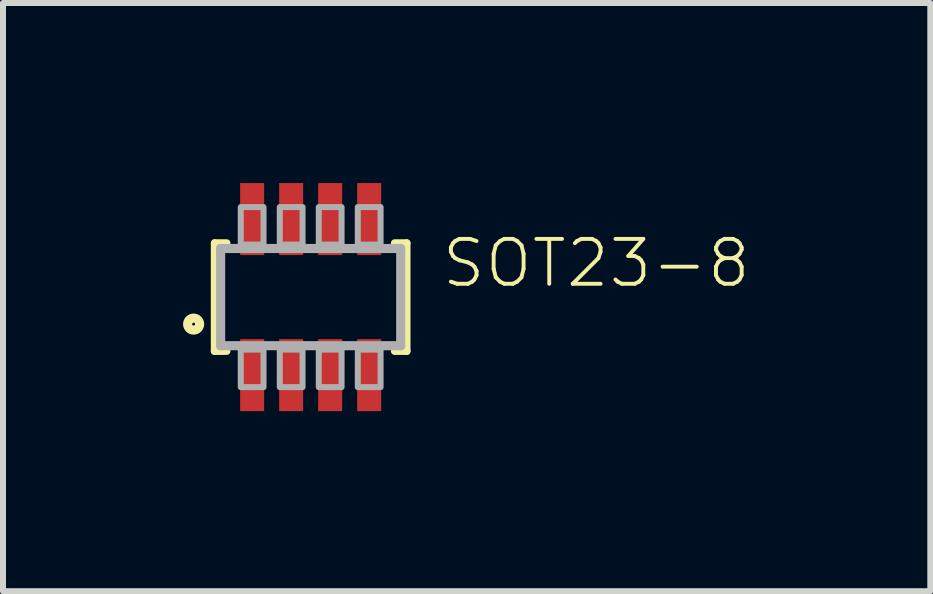
<source format=kicad_pcb>
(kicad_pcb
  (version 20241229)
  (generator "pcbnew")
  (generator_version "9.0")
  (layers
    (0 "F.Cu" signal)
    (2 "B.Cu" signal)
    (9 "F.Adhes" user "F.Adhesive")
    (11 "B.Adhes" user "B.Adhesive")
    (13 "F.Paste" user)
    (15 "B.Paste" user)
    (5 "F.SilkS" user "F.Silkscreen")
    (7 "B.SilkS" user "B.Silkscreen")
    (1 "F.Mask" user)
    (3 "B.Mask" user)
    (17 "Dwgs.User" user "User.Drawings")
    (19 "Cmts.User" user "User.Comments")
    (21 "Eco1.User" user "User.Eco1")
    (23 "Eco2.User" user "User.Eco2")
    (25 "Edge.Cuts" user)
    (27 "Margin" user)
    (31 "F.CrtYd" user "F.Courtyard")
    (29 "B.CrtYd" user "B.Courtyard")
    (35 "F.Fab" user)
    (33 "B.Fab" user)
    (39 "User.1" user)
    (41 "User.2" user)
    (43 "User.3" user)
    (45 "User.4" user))
  (footprint "SOT23-8"
    (layer "F.Cu")
    (at 2.126 1.9)
    (property "Reference" "SOT23-8" (at 2.151 -0.127 0) (unlocked yes) (layer "F.SilkS") (effects (font (size 0.748 0.748) (thickness 0.065)) (justify left bottom)))
    (fp_line (start -1.6 -0.9) (end -1.6 0.9) (stroke (width 0.127) (type solid)) (layer "F.SilkS"))
    (fp_line (start -1.6 0.9) (end -1.4 0.9) (stroke (width 0.127) (type solid)) (layer "F.SilkS"))
    (fp_line (start -1.4 -0.9) (end -1.6 -0.9) (stroke (width 0.127) (type solid)) (layer "F.SilkS"))
    (fp_line (start 1.4 -0.9) (end 1.6 -0.9) (stroke (width 0.127) (type solid)) (layer "F.SilkS"))
    (fp_line (start 1.6 -0.9) (end 1.6 0.9) (stroke (width 0.127) (type solid)) (layer "F.SilkS"))
    (fp_line (start 1.6 0.9) (end 1.4 0.9) (stroke (width 0.127) (type solid)) (layer "F.SilkS"))
    (fp_circle (center -1.95 0.45) (end -1.85 0.45) (stroke (width 0.152) (type solid)) (fill no) (layer "F.SilkS"))
    (fp_line (start -1.5 -0.81) (end 1.5 -0.81) (stroke (width 0.152) (type solid)) (layer "F.Fab"))
    (fp_line (start -1.5 0.81) (end -1.5 -0.81) (stroke (width 0.152) (type solid)) (layer "F.Fab"))
    (fp_line (start 1.5 -0.81) (end 1.5 0.81) (stroke (width 0.152) (type solid)) (layer "F.Fab"))
    (fp_line (start 1.5 0.81) (end -1.5 0.81) (stroke (width 0.152) (type solid)) (layer "F.Fab"))
    (fp_poly (pts (xy -1.165 -0.875) (xy -0.785 -0.875) (xy -0.785 -1.5) (xy -1.165 -1.5)) (stroke (width 0.1) (type default)) (fill no) (layer "F.Fab"))
    (fp_poly (pts (xy -1.165 1.5) (xy -0.785 1.5) (xy -0.785 0.875) (xy -1.165 0.875)) (stroke (width 0.1) (type default)) (fill no) (layer "F.Fab"))
    (fp_poly (pts (xy -0.515 -0.875) (xy -0.135 -0.875) (xy -0.135 -1.5) (xy -0.515 -1.5)) (stroke (width 0.1) (type default)) (fill no) (layer "F.Fab"))
    (fp_poly (pts (xy -0.515 1.5) (xy -0.135 1.5) (xy -0.135 0.875) (xy -0.515 0.875)) (stroke (width 0.1) (type default)) (fill no) (layer "F.Fab"))
    (fp_poly (pts (xy 0.135 -0.875) (xy 0.515 -0.875) (xy 0.515 -1.5) (xy 0.135 -1.5)) (stroke (width 0.1) (type default)) (fill no) (layer "F.Fab"))
    (fp_poly (pts (xy 0.135 1.5) (xy 0.515 1.5) (xy 0.515 0.875) (xy 0.135 0.875)) (stroke (width 0.1) (type default)) (fill no) (layer "F.Fab"))
    (fp_poly (pts (xy 0.785 -0.875) (xy 1.165 -0.875) (xy 1.165 -1.5) (xy 0.785 -1.5)) (stroke (width 0.1) (type default)) (fill no) (layer "F.Fab"))
    (fp_poly (pts (xy 0.785 1.5) (xy 1.165 1.5) (xy 1.165 0.875) (xy 0.785 0.875)) (stroke (width 0.1) (type default)) (fill no) (layer "F.Fab"))
    (pad "1" smd rect (at -0.975 1.3) (size 0.4 1.2) (layers "F.Cu" "F.Mask" "F.Paste"))
    (pad "2" smd rect (at -0.325 1.3) (size 0.4 1.2) (layers "F.Cu" "F.Mask" "F.Paste"))
    (pad "3" smd rect (at 0.325 1.3) (size 0.4 1.2) (layers "F.Cu" "F.Mask" "F.Paste"))
    (pad "4" smd rect (at 0.975 1.3) (size 0.4 1.2) (layers "F.Cu" "F.Mask" "F.Paste"))
    (pad "5" smd rect (at 0.975 -1.3) (size 0.4 1.2) (layers "F.Cu" "F.Mask" "F.Paste"))
    (pad "6" smd rect (at 0.325 -1.3) (size 0.4 1.2) (layers "F.Cu" "F.Mask" "F.Paste"))
    (pad "7" smd rect (at -0.325 -1.3) (size 0.4 1.2) (layers "F.Cu" "F.Mask" "F.Paste"))
    (pad "8" smd rect (at -0.975 -1.3) (size 0.4 1.2) (layers "F.Cu" "F.Mask" "F.Paste")))
  (gr_rect
    (start -3 -3)
    (end 12.45 6.8)
    (stroke (width 0.1) (type default))
    (fill no)
    (layer "Edge.Cuts")))
</source>
